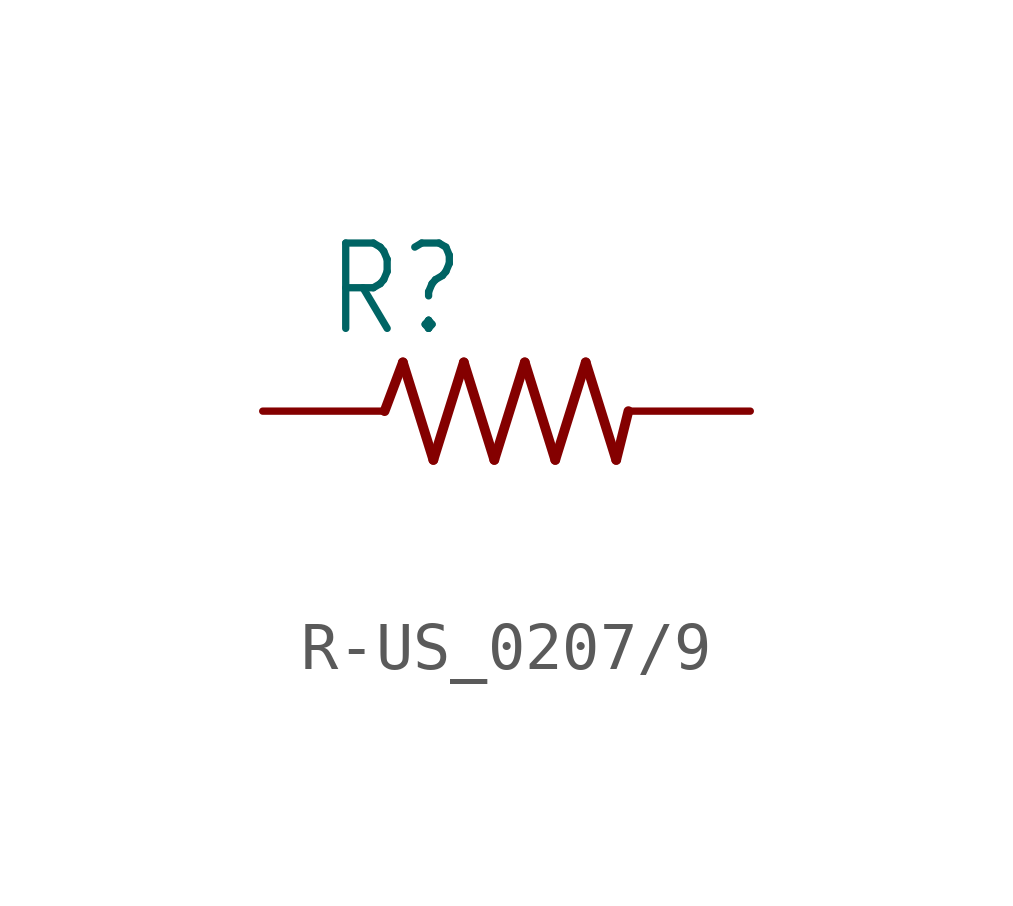
<source format=kicad_sym>
(kicad_symbol_lib
  (version 20220914)
  (generator kicad_symbol_editor)
  (symbol "R-US_0207/9"
    (property "Reference" "R"
      (at -3.81 1.499 0)
      (effects (font (size 1.778 1.511)) (justify left bottom)))
    (property "Value" ""
      (at -3.81 -3.302 0)
      (effects (font (size 1.778 1.511)) (justify left bottom)))
    (property "ki_locked" ""
      (at 0 0 0)
      (effects (font (size 1.27 1.27))))
    (symbol "R-US_0207/9_1_0"
      (polyline (pts (xy -2.54 0) (xy -2.159 1.016)) (stroke (width 0.203) (type solid)) (fill (type none)))
      (polyline (pts (xy -2.159 1.016) (xy -1.524 -1.016)) (stroke (width 0.203) (type solid)) (fill (type none)))
      (polyline (pts (xy -1.524 -1.016) (xy -0.889 1.016)) (stroke (width 0.203) (type solid)) (fill (type none)))
      (polyline (pts (xy -0.889 1.016) (xy -0.254 -1.016)) (stroke (width 0.203) (type solid)) (fill (type none)))
      (polyline (pts (xy -0.254 -1.016) (xy 0.381 1.016)) (stroke (width 0.203) (type solid)) (fill (type none)))
      (polyline (pts (xy 0.381 1.016) (xy 1.016 -1.016)) (stroke (width 0.203) (type solid)) (fill (type none)))
      (polyline (pts (xy 1.016 -1.016) (xy 1.651 1.016)) (stroke (width 0.203) (type solid)) (fill (type none)))
      (polyline (pts (xy 1.651 1.016) (xy 2.286 -1.016)) (stroke (width 0.203) (type solid)) (fill (type none)))
      (polyline (pts (xy 2.286 -1.016) (xy 2.54 0)) (stroke (width 0.203) (type solid)) (fill (type none)))
      (pin passive line (at -5.08 0 0) (length 2.54) (name "1" (effects (font (size 0 0)))) (number "1" (effects (font (size 0 0)))))
      (pin passive line (at 5.08 0 180) (length 2.54) (name "2" (effects (font (size 0 0)))) (number "2" (effects (font (size 0 0))))))))
</source>
